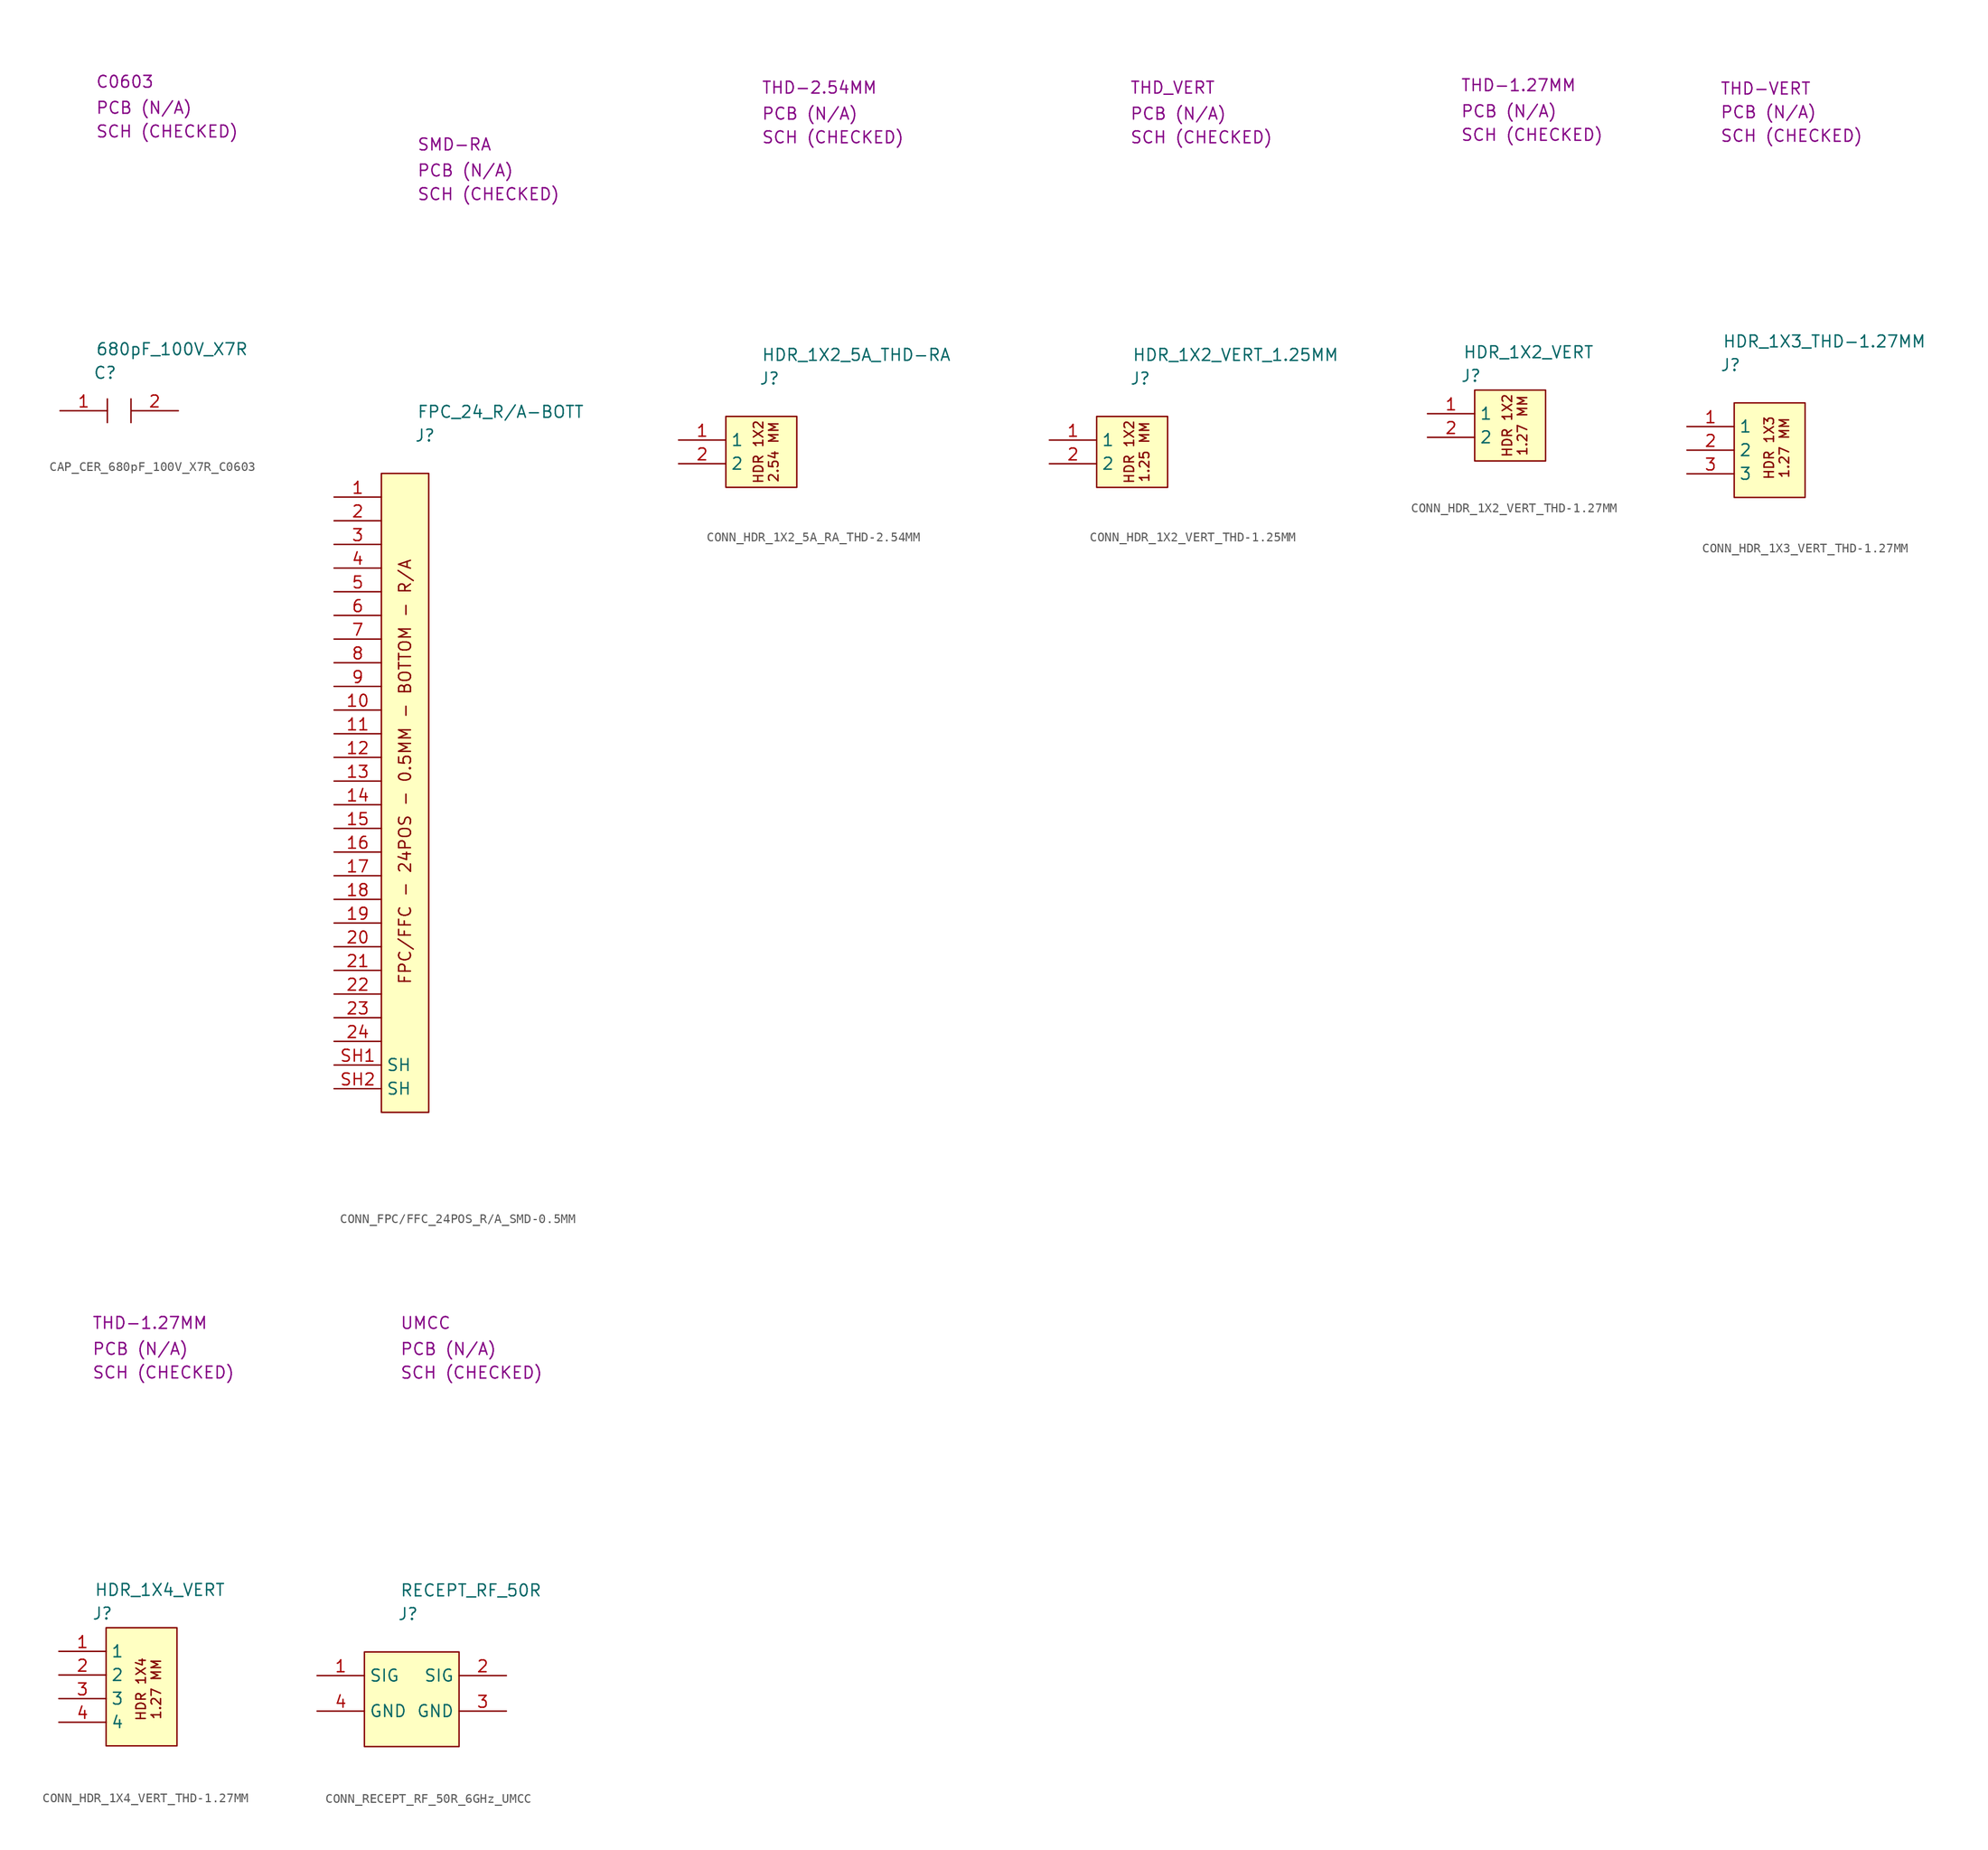
<source format=kicad_sym>
(kicad_symbol_lib
  (version 20231120)
  (generator "kicad_symbol_editor")
  (generator_version "8.0")
  (symbol "CAP_CER_680pF_100V_X7R_C0603"
    (property "Reference" "C"
      (at 3.556 4.064 0)
      (effects (font (size 1.27 1.27)) (justify left)))
    (property "Value" "680pF_100V_X7R"
      (at 3.81 6.604 0)
      (effects (font (size 1.27 1.27)) (justify left)))
    (property "Package" "C0603"
      (at 3.81 35.306 0)
      (effects (font (size 1.27 1.27)) (justify left)))
    (property "SCH CHECK" "SCH (CHECKED)"
      (at 3.81 29.972 0)
      (effects (font (size 1.27 1.27)) (justify left)))
    (property "PCB CHECK" "PCB (N/A)"
      (at 3.81 32.512 0)
      (effects (font (size 1.27 1.27)) (justify left)))
    (symbol "CAP_CER_680pF_100V_X7R_C0603_0_0"
      (polyline (pts (xy 5.08 1.27) (xy 5.08 -1.27)) (stroke (width 0) (type default)) (fill (type none)))
      (polyline (pts (xy 7.62 1.27) (xy 7.62 -1.27)) (stroke (width 0) (type default)) (fill (type none))))
    (symbol "CAP_CER_680pF_100V_X7R_C0603_1_1"
      (pin passive line (at 0 0 0) (length 5.08) (name "" (effects (font (size 1.27 1.27)))) (number "1" (effects (font (size 1.27 1.27)))))
      (pin passive line (at 12.7 0 180) (length 5.08) (name "" (effects (font (size 1.27 1.27)))) (number "2" (effects (font (size 1.27 1.27)))))))
  (symbol "CONN_FPC/FFC_24POS_R/A_SMD-0.5MM"
    (property "Reference" "J"
      (at 3.556 4.064 0)
      (effects (font (size 1.27 1.27)) (justify left)))
    (property "Value" "FPC_24_R/A-BOTT"
      (at 3.81 6.604 0)
      (effects (font (size 1.27 1.27)) (justify left)))
    (property "Package" "SMD-RA"
      (at 3.81 35.306 0)
      (effects (font (size 1.27 1.27)) (justify left)))
    (property "SCH CHECK" "SCH (CHECKED)"
      (at 3.81 29.972 0)
      (effects (font (size 1.27 1.27)) (justify left)))
    (property "PCB CHECK" "PCB (N/A)"
      (at 3.81 32.512 0)
      (effects (font (size 1.27 1.27)) (justify left)))
    (symbol "CONN_FPC/FFC_24POS_R/A_SMD-0.5MM_1_1"
      (rectangle (start 0 0) (end 5.08 -68.58) (stroke (width 0) (type default)) (fill (type background)))
      (text "FPC/FFC - 24POS - 0.5MM - BOTTOM - R/A" (at 2.54 -32.004 900) (effects (font (size 1.27 1.27))))
      (pin passive line (at -5.08 -2.54 0) (length 5.08) (name "" (effects (font (size 1.27 1.27)))) (number "1" (effects (font (size 1.27 1.27)))))
      (pin passive line (at -5.08 -25.4 0) (length 5.08) (name "" (effects (font (size 1.27 1.27)))) (number "10" (effects (font (size 1.27 1.27)))))
      (pin passive line (at -5.08 -27.94 0) (length 5.08) (name "" (effects (font (size 1.27 1.27)))) (number "11" (effects (font (size 1.27 1.27)))))
      (pin passive line (at -5.08 -30.48 0) (length 5.08) (name "" (effects (font (size 1.27 1.27)))) (number "12" (effects (font (size 1.27 1.27)))))
      (pin passive line (at -5.08 -33.02 0) (length 5.08) (name "" (effects (font (size 1.27 1.27)))) (number "13" (effects (font (size 1.27 1.27)))))
      (pin passive line (at -5.08 -35.56 0) (length 5.08) (name "" (effects (font (size 1.27 1.27)))) (number "14" (effects (font (size 1.27 1.27)))))
      (pin passive line (at -5.08 -38.1 0) (length 5.08) (name "" (effects (font (size 1.27 1.27)))) (number "15" (effects (font (size 1.27 1.27)))))
      (pin passive line (at -5.08 -40.64 0) (length 5.08) (name "" (effects (font (size 1.27 1.27)))) (number "16" (effects (font (size 1.27 1.27)))))
      (pin passive line (at -5.08 -43.18 0) (length 5.08) (name "" (effects (font (size 1.27 1.27)))) (number "17" (effects (font (size 1.27 1.27)))))
      (pin passive line (at -5.08 -45.72 0) (length 5.08) (name "" (effects (font (size 1.27 1.27)))) (number "18" (effects (font (size 1.27 1.27)))))
      (pin passive line (at -5.08 -48.26 0) (length 5.08) (name "" (effects (font (size 1.27 1.27)))) (number "19" (effects (font (size 1.27 1.27)))))
      (pin passive line (at -5.08 -5.08 0) (length 5.08) (name "" (effects (font (size 1.27 1.27)))) (number "2" (effects (font (size 1.27 1.27)))))
      (pin passive line (at -5.08 -50.8 0) (length 5.08) (name "" (effects (font (size 1.27 1.27)))) (number "20" (effects (font (size 1.27 1.27)))))
      (pin passive line (at -5.08 -53.34 0) (length 5.08) (name "" (effects (font (size 1.27 1.27)))) (number "21" (effects (font (size 1.27 1.27)))))
      (pin passive line (at -5.08 -55.88 0) (length 5.08) (name "" (effects (font (size 1.27 1.27)))) (number "22" (effects (font (size 1.27 1.27)))))
      (pin passive line (at -5.08 -58.42 0) (length 5.08) (name "" (effects (font (size 1.27 1.27)))) (number "23" (effects (font (size 1.27 1.27)))))
      (pin passive line (at -5.08 -60.96 0) (length 5.08) (name "" (effects (font (size 1.27 1.27)))) (number "24" (effects (font (size 1.27 1.27)))))
      (pin passive line (at -5.08 -7.62 0) (length 5.08) (name "" (effects (font (size 1.27 1.27)))) (number "3" (effects (font (size 1.27 1.27)))))
      (pin passive line (at -5.08 -10.16 0) (length 5.08) (name "" (effects (font (size 1.27 1.27)))) (number "4" (effects (font (size 1.27 1.27)))))
      (pin passive line (at -5.08 -12.7 0) (length 5.08) (name "" (effects (font (size 1.27 1.27)))) (number "5" (effects (font (size 1.27 1.27)))))
      (pin passive line (at -5.08 -15.24 0) (length 5.08) (name "" (effects (font (size 1.27 1.27)))) (number "6" (effects (font (size 1.27 1.27)))))
      (pin passive line (at -5.08 -17.78 0) (length 5.08) (name "" (effects (font (size 1.27 1.27)))) (number "7" (effects (font (size 1.27 1.27)))))
      (pin passive line (at -5.08 -20.32 0) (length 5.08) (name "" (effects (font (size 1.27 1.27)))) (number "8" (effects (font (size 1.27 1.27)))))
      (pin passive line (at -5.08 -22.86 0) (length 5.08) (name "" (effects (font (size 1.27 1.27)))) (number "9" (effects (font (size 1.27 1.27)))))
      (pin passive line (at -5.08 -63.5 0) (length 5.08) (name "SH" (effects (font (size 1.27 1.27)))) (number "SH1" (effects (font (size 1.27 1.27)))))
      (pin passive line (at -5.08 -66.04 0) (length 5.08) (name "SH" (effects (font (size 1.27 1.27)))) (number "SH2" (effects (font (size 1.27 1.27)))))))
  (symbol "CONN_HDR_1X2_5A_RA_THD-2.54MM"
    (property "Reference" "J"
      (at 3.556 4.064 0)
      (effects (font (size 1.27 1.27)) (justify left)))
    (property "Value" "HDR_1X2_5A_THD-RA"
      (at 3.81 6.604 0)
      (effects (font (size 1.27 1.27)) (justify left)))
    (property "Package" "THD-2.54MM"
      (at 3.81 35.306 0)
      (effects (font (size 1.27 1.27)) (justify left)))
    (property "SCH CHECK" "SCH (CHECKED)"
      (at 3.81 29.972 0)
      (effects (font (size 1.27 1.27)) (justify left)))
    (property "PCB CHECK" "PCB (N/A)"
      (at 3.81 32.512 0)
      (effects (font (size 1.27 1.27)) (justify left)))
    (symbol "CONN_HDR_1X2_5A_RA_THD-2.54MM_1_1"
      (rectangle (start 0 0) (end 7.62 -7.62) (stroke (width 0) (type default)) (fill (type background)))
      (text "HDR 1X2\n2.54 MM" (at 4.318 -3.81 900) (effects (font (size 1.016 1.016))))
      (pin passive line (at -5.08 -2.54 0) (length 5.08) (name "1" (effects (font (size 1.27 1.27)))) (number "1" (effects (font (size 1.27 1.27)))))
      (pin passive line (at -5.08 -5.08 0) (length 5.08) (name "2" (effects (font (size 1.27 1.27)))) (number "2" (effects (font (size 1.27 1.27)))))))
  (symbol "CONN_HDR_1X2_VERT_THD-1.25MM"
    (property "Reference" "J"
      (at 3.556 4.064 0)
      (effects (font (size 1.27 1.27)) (justify left)))
    (property "Value" "HDR_1X2_VERT_1.25MM"
      (at 3.81 6.604 0)
      (effects (font (size 1.27 1.27)) (justify left)))
    (property "Package" "THD_VERT"
      (at 3.556 35.306 0)
      (effects (font (size 1.27 1.27)) (justify left)))
    (property "SCH CHECK" "SCH (CHECKED)"
      (at 3.556 29.972 0)
      (effects (font (size 1.27 1.27)) (justify left)))
    (property "PCB CHECK" "PCB (N/A)"
      (at 3.556 32.512 0)
      (effects (font (size 1.27 1.27)) (justify left)))
    (symbol "CONN_HDR_1X2_VERT_THD-1.25MM_1_1"
      (rectangle (start 0 0) (end 7.62 -7.62) (stroke (width 0) (type default)) (fill (type background)))
      (text "HDR 1X2\n1.25 MM" (at 4.318 -3.81 900) (effects (font (size 1.016 1.016))))
      (pin passive line (at -5.08 -2.54 0) (length 5.08) (name "1" (effects (font (size 1.27 1.27)))) (number "1" (effects (font (size 1.27 1.27)))))
      (pin passive line (at -5.08 -5.08 0) (length 5.08) (name "2" (effects (font (size 1.27 1.27)))) (number "2" (effects (font (size 1.27 1.27)))))))
  (symbol "CONN_HDR_1X2_VERT_THD-1.27MM"
    (property "Reference" "J"
      (at 3.556 4.064 0)
      (effects (font (size 1.27 1.27)) (justify left)))
    (property "Value" "HDR_1X2_VERT"
      (at 3.81 6.604 0)
      (effects (font (size 1.27 1.27)) (justify left)))
    (property "Package" "THD-1.27MM"
      (at 3.556 35.306 0)
      (effects (font (size 1.27 1.27)) (justify left)))
    (property "SCH CHECK" "SCH (CHECKED)"
      (at 3.556 29.972 0)
      (effects (font (size 1.27 1.27)) (justify left)))
    (property "PCB CHECK" "PCB (N/A)"
      (at 3.556 32.512 0)
      (effects (font (size 1.27 1.27)) (justify left)))
    (symbol "CONN_HDR_1X2_VERT_THD-1.27MM_1_1"
      (rectangle (start 5.08 2.54) (end 12.7 -5.08) (stroke (width 0) (type default)) (fill (type background)))
      (text "HDR 1X2\n1.27 MM" (at 9.398 -1.27 900) (effects (font (size 1.016 1.016))))
      (pin passive line (at 0 0 0) (length 5.08) (name "1" (effects (font (size 1.27 1.27)))) (number "1" (effects (font (size 1.27 1.27)))))
      (pin passive line (at 0 -2.54 0) (length 5.08) (name "2" (effects (font (size 1.27 1.27)))) (number "2" (effects (font (size 1.27 1.27)))))))
  (symbol "CONN_HDR_1X3_VERT_THD-1.27MM"
    (property "Reference" "J"
      (at 3.556 4.064 0)
      (effects (font (size 1.27 1.27)) (justify left)))
    (property "Value" "HDR_1X3_THD-1.27MM"
      (at 3.81 6.604 0)
      (effects (font (size 1.27 1.27)) (justify left)))
    (property "Package" "THD-VERT"
      (at 3.556 33.782 0)
      (effects (font (size 1.27 1.27)) (justify left)))
    (property "SCH CHECK" "SCH (CHECKED)"
      (at 3.556 28.702 0)
      (effects (font (size 1.27 1.27)) (justify left)))
    (property "PCB CHECK" "PCB (N/A)"
      (at 3.556 31.242 0)
      (effects (font (size 1.27 1.27)) (justify left)))
    (symbol "CONN_HDR_1X3_VERT_THD-1.27MM_1_1"
      (rectangle (start 5.08 0) (end 12.7 -10.16) (stroke (width 0) (type default)) (fill (type background)))
      (text "HDR 1X3\n1.27 MM" (at 9.652 -4.826 900) (effects (font (size 1.016 1.016))))
      (pin passive line (at 0 -2.54 0) (length 5.08) (name "1" (effects (font (size 1.27 1.27)))) (number "1" (effects (font (size 1.27 1.27)))))
      (pin passive line (at 0 -5.08 0) (length 5.08) (name "2" (effects (font (size 1.27 1.27)))) (number "2" (effects (font (size 1.27 1.27)))))
      (pin passive line (at 0 -7.62 0) (length 5.08) (name "3" (effects (font (size 1.27 1.27)))) (number "3" (effects (font (size 1.27 1.27)))))))
  (symbol "CONN_HDR_1X4_VERT_THD-1.27MM"
    (property "Reference" "J"
      (at 3.556 4.064 0)
      (effects (font (size 1.27 1.27)) (justify left)))
    (property "Value" "HDR_1X4_VERT"
      (at 3.81 6.604 0)
      (effects (font (size 1.27 1.27)) (justify left)))
    (property "Package" "THD-1.27MM"
      (at 3.556 35.306 0)
      (effects (font (size 1.27 1.27)) (justify left)))
    (property "SCH CHECK" "SCH (CHECKED)"
      (at 3.556 29.972 0)
      (effects (font (size 1.27 1.27)) (justify left)))
    (property "PCB CHECK" "PCB (N/A)"
      (at 3.556 32.512 0)
      (effects (font (size 1.27 1.27)) (justify left)))
    (symbol "CONN_HDR_1X4_VERT_THD-1.27MM_1_1"
      (rectangle (start 5.08 2.54) (end 12.7 -10.16) (stroke (width 0) (type default)) (fill (type background)))
      (text "HDR 1X4\n1.27 MM" (at 9.652 -4.064 900) (effects (font (size 1.016 1.016))))
      (pin passive line (at 0 0 0) (length 5.08) (name "1" (effects (font (size 1.27 1.27)))) (number "1" (effects (font (size 1.27 1.27)))))
      (pin passive line (at 0 -2.54 0) (length 5.08) (name "2" (effects (font (size 1.27 1.27)))) (number "2" (effects (font (size 1.27 1.27)))))
      (pin passive line (at 0 -5.08 0) (length 5.08) (name "3" (effects (font (size 1.27 1.27)))) (number "3" (effects (font (size 1.27 1.27)))))
      (pin passive line (at 0 -7.62 0) (length 5.08) (name "4" (effects (font (size 1.27 1.27)))) (number "4" (effects (font (size 1.27 1.27)))))))
  (symbol "CONN_RECEPT_RF_50R_6GHz_UMCC"
    (property "Reference" "J"
      (at 3.556 4.064 0)
      (effects (font (size 1.27 1.27)) (justify left)))
    (property "Value" "RECEPT_RF_50R"
      (at 3.81 6.604 0)
      (effects (font (size 1.27 1.27)) (justify left)))
    (property "Package" "UMCC"
      (at 3.81 35.306 0)
      (effects (font (size 1.27 1.27)) (justify left)))
    (property "SCH CHECK" "SCH (CHECKED)"
      (at 3.81 29.972 0)
      (effects (font (size 1.27 1.27)) (justify left)))
    (property "PCB CHECK" "PCB (N/A)"
      (at 3.81 32.512 0)
      (effects (font (size 1.27 1.27)) (justify left)))
    (symbol "CONN_RECEPT_RF_50R_6GHz_UMCC_1_1"
      (rectangle (start 0 0) (end 10.16 -10.16) (stroke (width 0) (type default)) (fill (type background)))
      (pin passive line (at -5.08 -2.54 0) (length 5.08) (name "SIG" (effects (font (size 1.27 1.27)))) (number "1" (effects (font (size 1.27 1.27)))))
      (pin passive line (at 15.24 -2.54 180) (length 5.08) (name "SIG" (effects (font (size 1.27 1.27)))) (number "2" (effects (font (size 1.27 1.27)))))
      (pin passive line (at 15.24 -6.35 180) (length 5.08) (name "GND" (effects (font (size 1.27 1.27)))) (number "3" (effects (font (size 1.27 1.27)))))
      (pin passive line (at -5.08 -6.35 0) (length 5.08) (name "GND" (effects (font (size 1.27 1.27)))) (number "4" (effects (font (size 1.27 1.27))))))))
</source>
